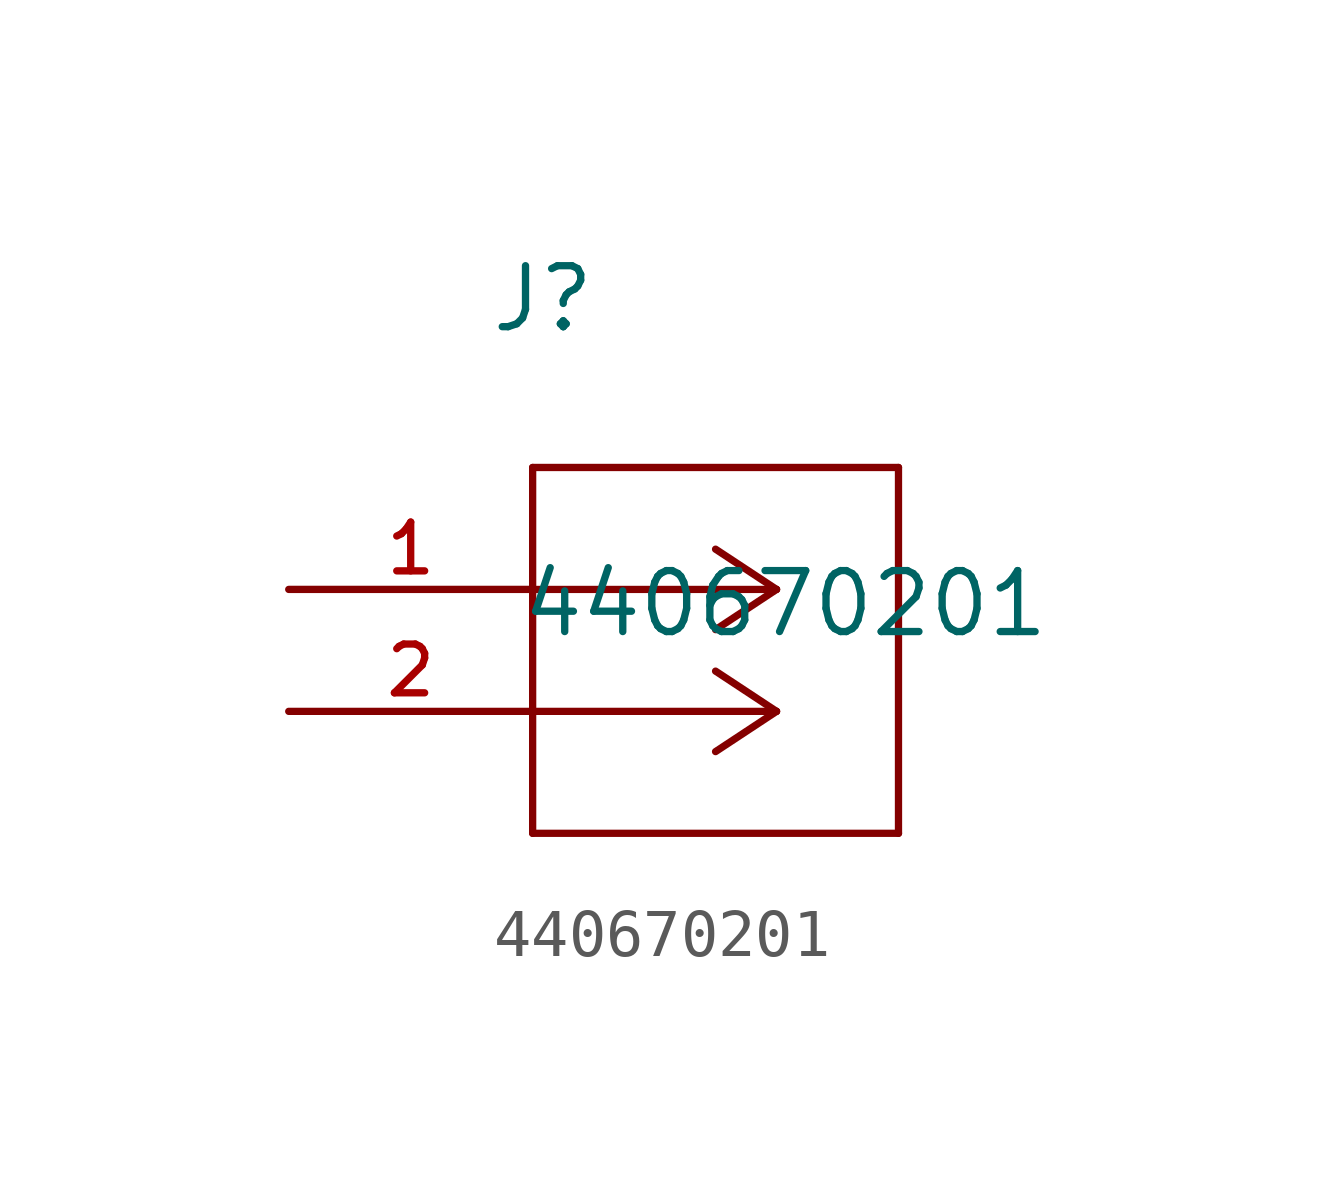
<source format=kicad_sym>
(kicad_symbol_lib
  (version 20211014)
  (generator kicad_symbol_editor)
  (symbol "440670201"
    (pin_names
      (offset 1.016))
    (property "Reference" "J"
      (at 4.166 5.309 0.0)
      (effects (font (size 1.27 1.27)) (justify bottom left)))
    (property "Value" "440670201"
      (at 4.801 -1.041 0.0)
      (effects (font (size 1.27 1.27)) (justify bottom left)))
    (symbol "440670201_0_0"
      (polyline (pts (xy 10.16 0.0) (xy 5.08 0.0)) (stroke (width 0.152)))
      (polyline (pts (xy 10.16 -2.54) (xy 5.08 -2.54)) (stroke (width 0.152)))
      (polyline (pts (xy 10.16 0.0) (xy 8.89 0.838)) (stroke (width 0.152)))
      (polyline (pts (xy 10.16 -2.54) (xy 8.89 -1.702)) (stroke (width 0.152)))
      (polyline (pts (xy 10.16 0.0) (xy 8.89 -0.838)) (stroke (width 0.152)))
      (polyline (pts (xy 10.16 -2.54) (xy 8.89 -3.378)) (stroke (width 0.152)))
      (polyline (pts (xy 5.08 2.54) (xy 5.08 -5.08)) (stroke (width 0.152)))
      (polyline (pts (xy 5.08 -5.08) (xy 12.7 -5.08)) (stroke (width 0.152)))
      (polyline (pts (xy 12.7 -5.08) (xy 12.7 2.54)) (stroke (width 0.152)))
      (polyline (pts (xy 12.7 2.54) (xy 5.08 2.54)) (stroke (width 0.152)))
      (pin passive line (at 0.0 0.0 0) (length 5.08) (name "~" (effects (font (size 1.016 1.016)))) (number "1" (effects (font (size 1.016 1.016)))))
      (pin passive line (at 0.0 -2.54 0) (length 5.08) (name "~" (effects (font (size 1.016 1.016)))) (number "2" (effects (font (size 1.016 1.016))))))))
</source>
